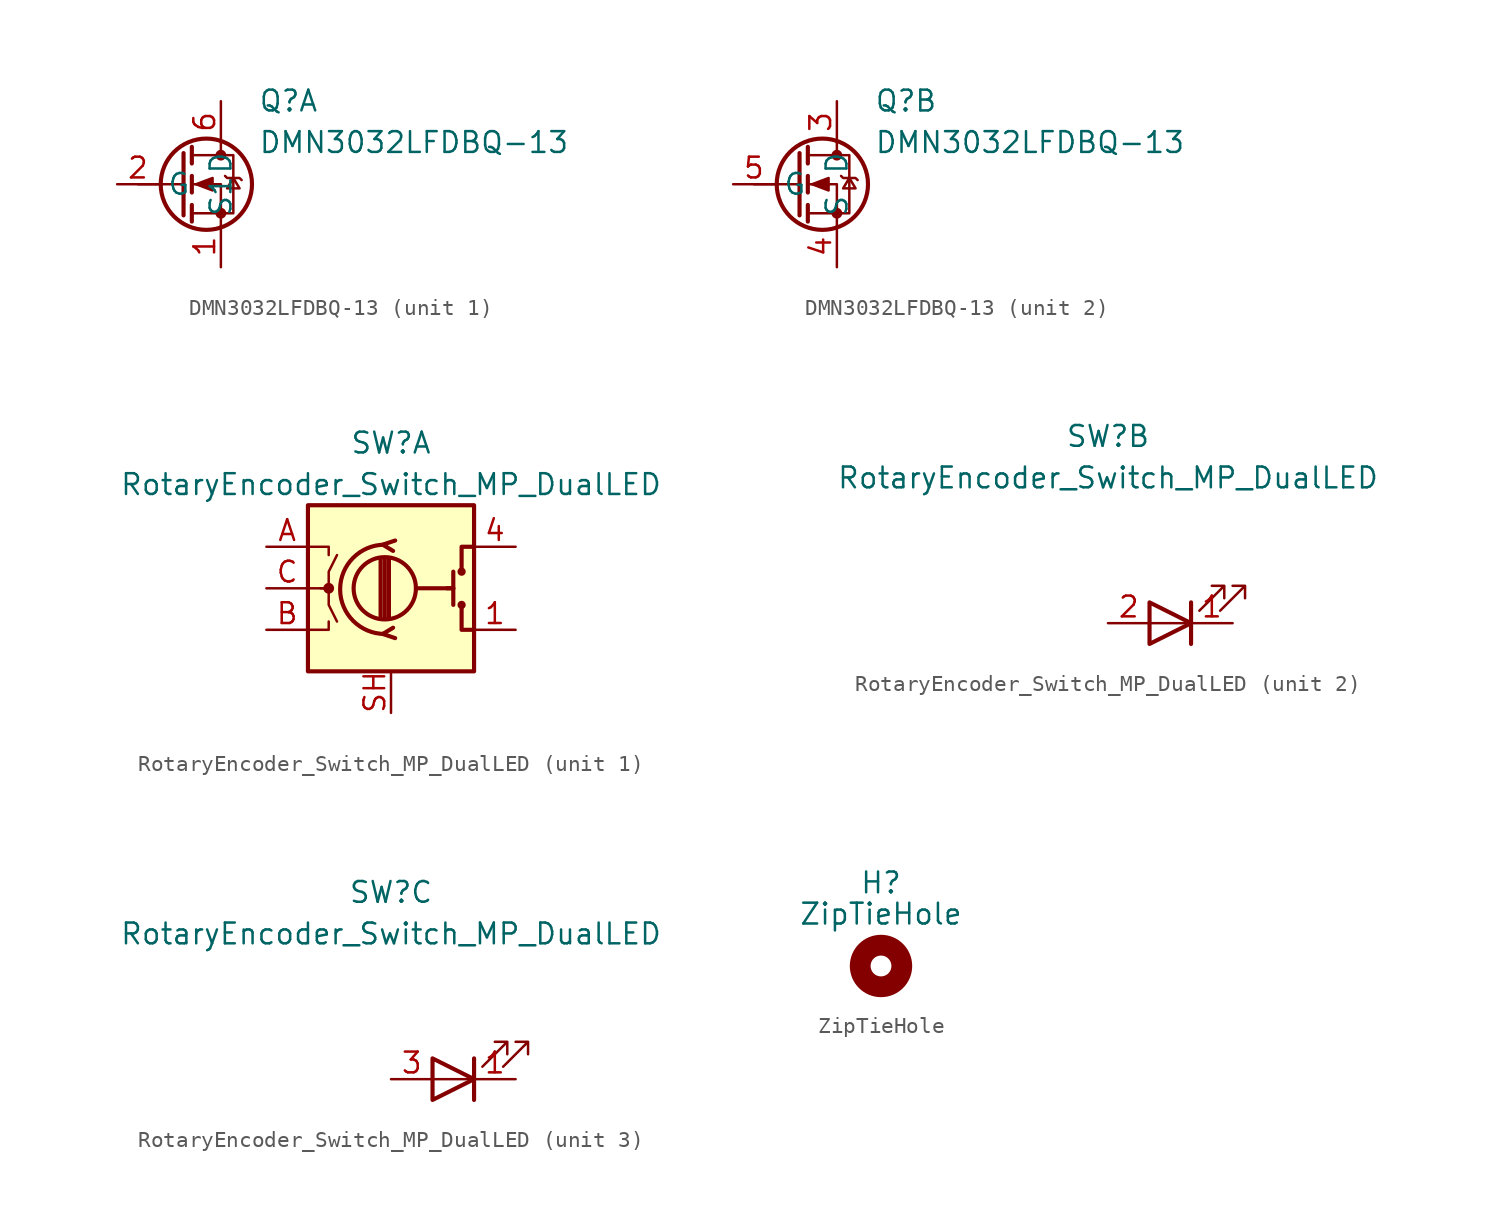
<source format=kicad_sym>
(kicad_symbol_lib
  (version 20241209)
  (generator "kicad_symbol_editor")
  (generator_version "9.0")
  (symbol "DMN3032LFDBQ-13"
    (property "Reference" "Q"
      (at 8.636 5.842 0)
      (effects (font (size 1.27 1.27)) (justify left top)))
    (property "Value" "DMN3032LFDBQ-13"
      (at 8.636 3.302 0)
      (effects (font (size 1.27 1.27)) (justify left top)))
    (symbol "DMN3032LFDBQ-13_0_1"
      (polyline (pts (xy 4.064 1.905) (xy 4.064 -1.905)) (stroke (width 0.254) (type default)) (fill (type none)))
      (polyline (pts (xy 4.064 0) (xy 1.27 0)) (stroke (width 0) (type default)) (fill (type none)))
      (polyline (pts (xy 4.572 2.286) (xy 4.572 1.27)) (stroke (width 0.254) (type default)) (fill (type none)))
      (polyline (pts (xy 4.572 0.508) (xy 4.572 -0.508)) (stroke (width 0.254) (type default)) (fill (type none)))
      (polyline (pts (xy 4.572 -1.27) (xy 4.572 -2.286)) (stroke (width 0.254) (type default)) (fill (type none)))
      (polyline (pts (xy 4.572 -1.778) (xy 7.112 -1.778) (xy 7.112 1.778) (xy 4.572 1.778)) (stroke (width 0) (type default)) (fill (type none)))
      (polyline (pts (xy 4.826 0) (xy 5.842 0.381) (xy 5.842 -0.381) (xy 4.826 0)) (stroke (width 0) (type default)) (fill (type outline)))
      (circle (center 5.461 0) (radius 2.794) (stroke (width 0.254) (type default)) (fill (type none)))
      (polyline (pts (xy 6.35 2.54) (xy 6.35 1.778)) (stroke (width 0) (type default)) (fill (type none)))
      (circle (center 6.35 1.778) (radius 0.254) (stroke (width 0) (type default)) (fill (type outline)))
      (circle (center 6.35 -1.778) (radius 0.254) (stroke (width 0) (type default)) (fill (type outline)))
      (polyline (pts (xy 6.35 -2.54) (xy 6.35 0) (xy 4.572 0)) (stroke (width 0) (type default)) (fill (type none)))
      (polyline (pts (xy 6.604 0.508) (xy 6.731 0.381) (xy 7.493 0.381) (xy 7.62 0.254)) (stroke (width 0) (type default)) (fill (type none)))
      (polyline (pts (xy 7.112 0.381) (xy 6.731 -0.254) (xy 7.493 -0.254) (xy 7.112 0.381)) (stroke (width 0) (type default)) (fill (type none))))
    (symbol "DMN3032LFDBQ-13_1_1"
      (pin input line (at 0 0 0) (length 2.54) (name "G" (effects (font (size 1.27 1.27)))) (number "2" (effects (font (size 1.27 1.27)))))
      (pin passive line (at 6.35 5.08 270) (length 2.54) (name "D" (effects (font (size 1.27 1.27)))) (number "6" (effects (font (size 1.27 1.27)))))
      (pin passive line (at 6.35 -5.08 90) (length 2.54) (name "S1" (effects (font (size 1.27 1.27)))) (number "1" (effects (font (size 1.27 1.27))))))
    (symbol "DMN3032LFDBQ-13_2_1"
      (pin input line (at 0 0 0) (length 2.54) (name "G" (effects (font (size 1.27 1.27)))) (number "5" (effects (font (size 1.27 1.27)))))
      (pin passive line (at 6.35 5.08 270) (length 2.54) (name "D" (effects (font (size 1.27 1.27)))) (number "3" (effects (font (size 1.27 1.27)))))
      (pin passive line (at 6.35 -5.08 90) (length 2.54) (name "S" (effects (font (size 1.27 1.27)))) (number "4" (effects (font (size 1.27 1.27)))))))
  (symbol "RotaryEncoder_Switch_MP_DualLED"
    (pin_names
      (offset 0.254)
      (hide yes))
    (property "Reference" "SW"
      (at 0 8.89 0)
      (effects (font (size 1.27 1.27))))
    (property "Value" "RotaryEncoder_Switch_MP_DualLED"
      (at 0 6.35 0)
      (effects (font (size 1.27 1.27))))
    (property "ki_locked" ""
      (at 0 0 0)
      (effects (font (size 1.27 1.27))))
    (symbol "RotaryEncoder_Switch_MP_DualLED_0_1"
      (pin power_in line (at 7.62 -2.54 180) (length 2.54) (name "GND" (effects (font (size 1.27 1.27)))) (number "1" (effects (font (size 1.27 1.27))))))
    (symbol "RotaryEncoder_Switch_MP_DualLED_1_1"
      (rectangle (start -5.08 5.08) (end 5.08 -5.08) (stroke (width 0.254) (type default)) (fill (type background)))
      (polyline (pts (xy -5.08 2.54) (xy -3.81 2.54) (xy -3.81 2.032)) (stroke (width 0) (type default)) (fill (type none)))
      (polyline (pts (xy -5.08 0) (xy -3.81 0) (xy -3.81 -1.016) (xy -3.302 -2.032)) (stroke (width 0) (type default)) (fill (type none)))
      (polyline (pts (xy -5.08 -2.54) (xy -3.81 -2.54) (xy -3.81 -2.032)) (stroke (width 0) (type default)) (fill (type none)))
      (polyline (pts (xy -4.318 0) (xy -3.81 0) (xy -3.81 1.016) (xy -3.302 2.032)) (stroke (width 0) (type default)) (fill (type none)))
      (circle (center -3.81 0) (radius 0.254) (stroke (width 0) (type default)) (fill (type outline)))
      (polyline (pts (xy -0.635 -1.778) (xy -0.635 1.778)) (stroke (width 0.254) (type default)) (fill (type none)))
      (circle (center -0.381 0) (radius 1.905) (stroke (width 0.254) (type default)) (fill (type none)))
      (polyline (pts (xy -0.381 -1.778) (xy -0.381 1.778)) (stroke (width 0.254) (type default)) (fill (type none)))
      (arc (start -0.381 -2.794) (mid -3.0988 -0.0635) (end -0.381 2.667) (stroke (width 0.254) (type default)) (fill (type none)))
      (polyline (pts (xy -0.127 1.778) (xy -0.127 -1.778)) (stroke (width 0.254) (type default)) (fill (type none)))
      (polyline (pts (xy 0.254 2.921) (xy -0.508 2.667) (xy 0.127 2.286)) (stroke (width 0.254) (type default)) (fill (type none)))
      (polyline (pts (xy 0.254 -3.048) (xy -0.508 -2.794) (xy 0.127 -2.413)) (stroke (width 0.254) (type default)) (fill (type none)))
      (polyline (pts (xy 3.81 1.016) (xy 3.81 -1.016)) (stroke (width 0.254) (type default)) (fill (type none)))
      (polyline (pts (xy 3.81 0) (xy 1.524 0)) (stroke (width 0.254) (type solid)) (fill (type none)))
      (polyline (pts (xy 3.81 0) (xy 3.429 0)) (stroke (width 0.254) (type default)) (fill (type none)))
      (circle (center 4.318 1.016) (radius 0.127) (stroke (width 0.254) (type default)) (fill (type none)))
      (circle (center 4.318 -1.016) (radius 0.127) (stroke (width 0.254) (type default)) (fill (type none)))
      (polyline (pts (xy 5.08 2.54) (xy 4.318 2.54) (xy 4.318 1.016)) (stroke (width 0.254) (type default)) (fill (type none)))
      (polyline (pts (xy 5.08 -2.54) (xy 4.318 -2.54) (xy 4.318 -1.016)) (stroke (width 0.254) (type default)) (fill (type none)))
      (pin passive line (at -7.62 2.54 0) (length 2.54) (name "A" (effects (font (size 1.27 1.27)))) (number "A" (effects (font (size 1.27 1.27)))))
      (pin passive line (at -7.62 0 0) (length 2.54) (name "C" (effects (font (size 1.27 1.27)))) (number "C" (effects (font (size 1.27 1.27)))))
      (pin passive line (at -7.62 -2.54 0) (length 2.54) (name "B" (effects (font (size 1.27 1.27)))) (number "B" (effects (font (size 1.27 1.27)))))
      (pin passive line (at 0 -7.62 90) (length 2.54) (name "MP" (effects (font (size 1.27 1.27)))) (number "SH" (effects (font (size 1.27 1.27)))))
      (pin passive line (at 7.62 2.54 180) (length 2.54) (name "S1" (effects (font (size 1.27 1.27)))) (number "4" (effects (font (size 1.27 1.27))))))
    (symbol "RotaryEncoder_Switch_MP_DualLED_2_1"
      (polyline (pts (xy 2.54 -1.27) (xy 2.54 -3.81) (xy 5.08 -2.54) (xy 2.54 -1.27)) (stroke (width 0.254) (type default)) (fill (type none)))
      (polyline (pts (xy 5.08 -1.27) (xy 5.08 -3.81)) (stroke (width 0.254) (type default)) (fill (type none)))
      (polyline (pts (xy 5.08 -2.54) (xy 2.54 -2.54)) (stroke (width 0) (type default)) (fill (type none)))
      (polyline (pts (xy 5.588 -1.778) (xy 7.112 -0.254) (xy 6.35 -0.254) (xy 7.112 -0.254) (xy 7.112 -1.016)) (stroke (width 0) (type default)) (fill (type none)))
      (polyline (pts (xy 6.858 -1.778) (xy 8.382 -0.254) (xy 7.62 -0.254) (xy 8.382 -0.254) (xy 8.382 -1.016)) (stroke (width 0) (type default)) (fill (type none)))
      (pin passive line (at 0 -2.54 0) (length 2.54) (name "A_LED1" (effects (font (size 1.27 1.27)))) (number "2" (effects (font (size 1.27 1.27))))))
    (symbol "RotaryEncoder_Switch_MP_DualLED_3_1"
      (polyline (pts (xy 2.54 -1.27) (xy 2.54 -3.81) (xy 5.08 -2.54) (xy 2.54 -1.27)) (stroke (width 0.254) (type default)) (fill (type none)))
      (polyline (pts (xy 5.08 -1.27) (xy 5.08 -3.81)) (stroke (width 0.254) (type default)) (fill (type none)))
      (polyline (pts (xy 5.08 -2.54) (xy 2.54 -2.54)) (stroke (width 0) (type default)) (fill (type none)))
      (polyline (pts (xy 5.588 -1.778) (xy 7.112 -0.254) (xy 6.35 -0.254) (xy 7.112 -0.254) (xy 7.112 -1.016)) (stroke (width 0) (type default)) (fill (type none)))
      (polyline (pts (xy 6.858 -1.778) (xy 8.382 -0.254) (xy 7.62 -0.254) (xy 8.382 -0.254) (xy 8.382 -1.016)) (stroke (width 0) (type default)) (fill (type none)))
      (pin passive line (at 0 -2.54 0) (length 2.54) (name "A_LED2" (effects (font (size 1.27 1.27)))) (number "3" (effects (font (size 1.27 1.27)))))))
  (symbol "ZipTieHole"
    (pin_names
      (offset 1.016))
    (property "Reference" "H"
      (at 0 5.08 0)
      (effects (font (size 1.27 1.27))))
    (property "Value" "ZipTieHole"
      (at 0 3.175 0)
      (effects (font (size 1.27 1.27))))
    (symbol "ZipTieHole_0_1"
      (circle (center 0 0) (radius 1.27) (stroke (width 1.27) (type default)) (fill (type none))))))
</source>
